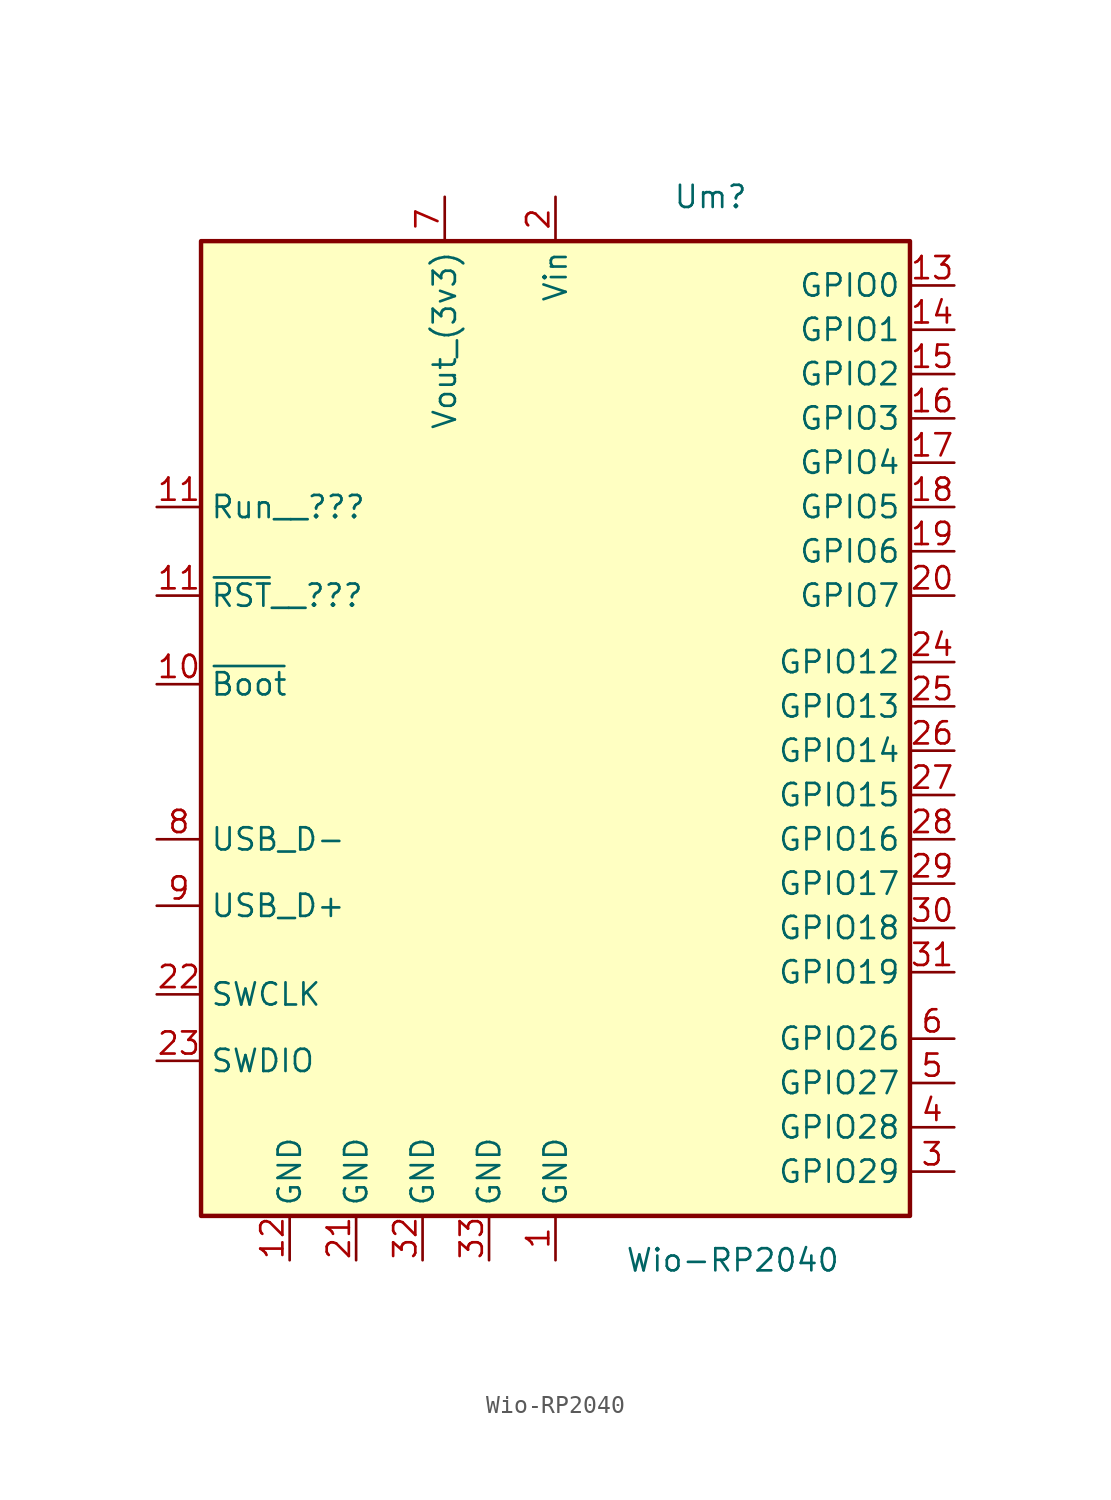
<source format=kicad_sym>
(kicad_symbol_lib
  (version 20211014)
  (generator kicad_symbol_editor)
  (symbol "Wio-RP2040"
    (property "Reference" "Um"
      (at 8.89 30.48 0)
      (effects (font (size 1.27 1.27))))
    (property "Value" "Wio-RP2040"
      (at 10.16 -30.48 0)
      (effects (font (size 1.27 1.27))))
    (symbol "Wio-RP2040_0_1"
      (rectangle (start -20.32 27.94) (end 20.32 -27.94) (stroke (width 0.254) (type default) (color 0 0 0 0)) (fill (type background))))
    (symbol "Wio-RP2040_1_1"
      (pin power_in line (at 0 -30.48 90) (length 2.54) (name "GND" (effects (font (size 1.27 1.27)))) (number "1" (effects (font (size 1.27 1.27)))))
      (pin input line (at -22.86 2.54 0) (length 2.54) (name "~{Boot}" (effects (font (size 1.27 1.27)))) (number "10" (effects (font (size 1.27 1.27)))))
      (pin input line (at -22.86 12.7 0) (length 2.54) (name "Run__???" (effects (font (size 1.27 1.27)))) (number "11" (effects (font (size 1.27 1.27)))))
      (pin input line (at -22.86 7.62 0) (length 2.54) (name "~{RST}__???" (effects (font (size 1.27 1.27)))) (number "11" (effects (font (size 1.27 1.27)))))
      (pin power_in line (at -15.24 -30.48 90) (length 2.54) (name "GND" (effects (font (size 1.27 1.27)))) (number "12" (effects (font (size 1.27 1.27)))))
      (pin bidirectional line (at 22.86 25.4 180) (length 2.54) (name "GPIO0" (effects (font (size 1.27 1.27)))) (number "13" (effects (font (size 1.27 1.27)))))
      (pin bidirectional line (at 22.86 22.86 180) (length 2.54) (name "GPIO1" (effects (font (size 1.27 1.27)))) (number "14" (effects (font (size 1.27 1.27)))))
      (pin bidirectional line (at 22.86 20.32 180) (length 2.54) (name "GPIO2" (effects (font (size 1.27 1.27)))) (number "15" (effects (font (size 1.27 1.27)))))
      (pin bidirectional line (at 22.86 17.78 180) (length 2.54) (name "GPIO3" (effects (font (size 1.27 1.27)))) (number "16" (effects (font (size 1.27 1.27)))))
      (pin bidirectional line (at 22.86 15.24 180) (length 2.54) (name "GPIO4" (effects (font (size 1.27 1.27)))) (number "17" (effects (font (size 1.27 1.27)))))
      (pin bidirectional line (at 22.86 12.7 180) (length 2.54) (name "GPIO5" (effects (font (size 1.27 1.27)))) (number "18" (effects (font (size 1.27 1.27)))))
      (pin bidirectional line (at 22.86 10.16 180) (length 2.54) (name "GPIO6" (effects (font (size 1.27 1.27)))) (number "19" (effects (font (size 1.27 1.27)))))
      (pin power_in line (at 0 30.48 270) (length 2.54) (name "Vin" (effects (font (size 1.27 1.27)))) (number "2" (effects (font (size 1.27 1.27)))))
      (pin bidirectional line (at 22.86 7.62 180) (length 2.54) (name "GPIO7" (effects (font (size 1.27 1.27)))) (number "20" (effects (font (size 1.27 1.27)))))
      (pin power_in line (at -11.43 -30.48 90) (length 2.54) (name "GND" (effects (font (size 1.27 1.27)))) (number "21" (effects (font (size 1.27 1.27)))))
      (pin bidirectional line (at -22.86 -15.24 0) (length 2.54) (name "SWCLK" (effects (font (size 1.27 1.27)))) (number "22" (effects (font (size 1.27 1.27)))))
      (pin bidirectional line (at -22.86 -19.05 0) (length 2.54) (name "SWDIO" (effects (font (size 1.27 1.27)))) (number "23" (effects (font (size 1.27 1.27)))))
      (pin bidirectional line (at 22.86 3.81 180) (length 2.54) (name "GPIO12" (effects (font (size 1.27 1.27)))) (number "24" (effects (font (size 1.27 1.27)))))
      (pin bidirectional line (at 22.86 1.27 180) (length 2.54) (name "GPIO13" (effects (font (size 1.27 1.27)))) (number "25" (effects (font (size 1.27 1.27)))))
      (pin bidirectional line (at 22.86 -1.27 180) (length 2.54) (name "GPIO14" (effects (font (size 1.27 1.27)))) (number "26" (effects (font (size 1.27 1.27)))))
      (pin bidirectional line (at 22.86 -3.81 180) (length 2.54) (name "GPIO15" (effects (font (size 1.27 1.27)))) (number "27" (effects (font (size 1.27 1.27)))))
      (pin bidirectional line (at 22.86 -6.35 180) (length 2.54) (name "GPIO16" (effects (font (size 1.27 1.27)))) (number "28" (effects (font (size 1.27 1.27)))))
      (pin bidirectional line (at 22.86 -8.89 180) (length 2.54) (name "GPIO17" (effects (font (size 1.27 1.27)))) (number "29" (effects (font (size 1.27 1.27)))))
      (pin bidirectional line (at 22.86 -25.4 180) (length 2.54) (name "GPIO29" (effects (font (size 1.27 1.27)))) (number "3" (effects (font (size 1.27 1.27)))))
      (pin bidirectional line (at 22.86 -11.43 180) (length 2.54) (name "GPIO18" (effects (font (size 1.27 1.27)))) (number "30" (effects (font (size 1.27 1.27)))))
      (pin bidirectional line (at 22.86 -13.97 180) (length 2.54) (name "GPIO19" (effects (font (size 1.27 1.27)))) (number "31" (effects (font (size 1.27 1.27)))))
      (pin power_in line (at -7.62 -30.48 90) (length 2.54) (name "GND" (effects (font (size 1.27 1.27)))) (number "32" (effects (font (size 1.27 1.27)))))
      (pin power_in line (at -3.81 -30.48 90) (length 2.54) (name "GND" (effects (font (size 1.27 1.27)))) (number "33" (effects (font (size 1.27 1.27)))))
      (pin bidirectional line (at 22.86 -22.86 180) (length 2.54) (name "GPIO28" (effects (font (size 1.27 1.27)))) (number "4" (effects (font (size 1.27 1.27)))))
      (pin bidirectional line (at 22.86 -20.32 180) (length 2.54) (name "GPIO27" (effects (font (size 1.27 1.27)))) (number "5" (effects (font (size 1.27 1.27)))))
      (pin bidirectional line (at 22.86 -17.78 180) (length 2.54) (name "GPIO26" (effects (font (size 1.27 1.27)))) (number "6" (effects (font (size 1.27 1.27)))))
      (pin power_in line (at -6.35 30.48 270) (length 2.54) (name "Vout_(3v3)" (effects (font (size 1.27 1.27)))) (number "7" (effects (font (size 1.27 1.27)))))
      (pin bidirectional line (at -22.86 -6.35 0) (length 2.54) (name "USB_D-" (effects (font (size 1.27 1.27)))) (number "8" (effects (font (size 1.27 1.27)))))
      (pin bidirectional line (at -22.86 -10.16 0) (length 2.54) (name "USB_D+" (effects (font (size 1.27 1.27)))) (number "9" (effects (font (size 1.27 1.27))))))))
</source>
